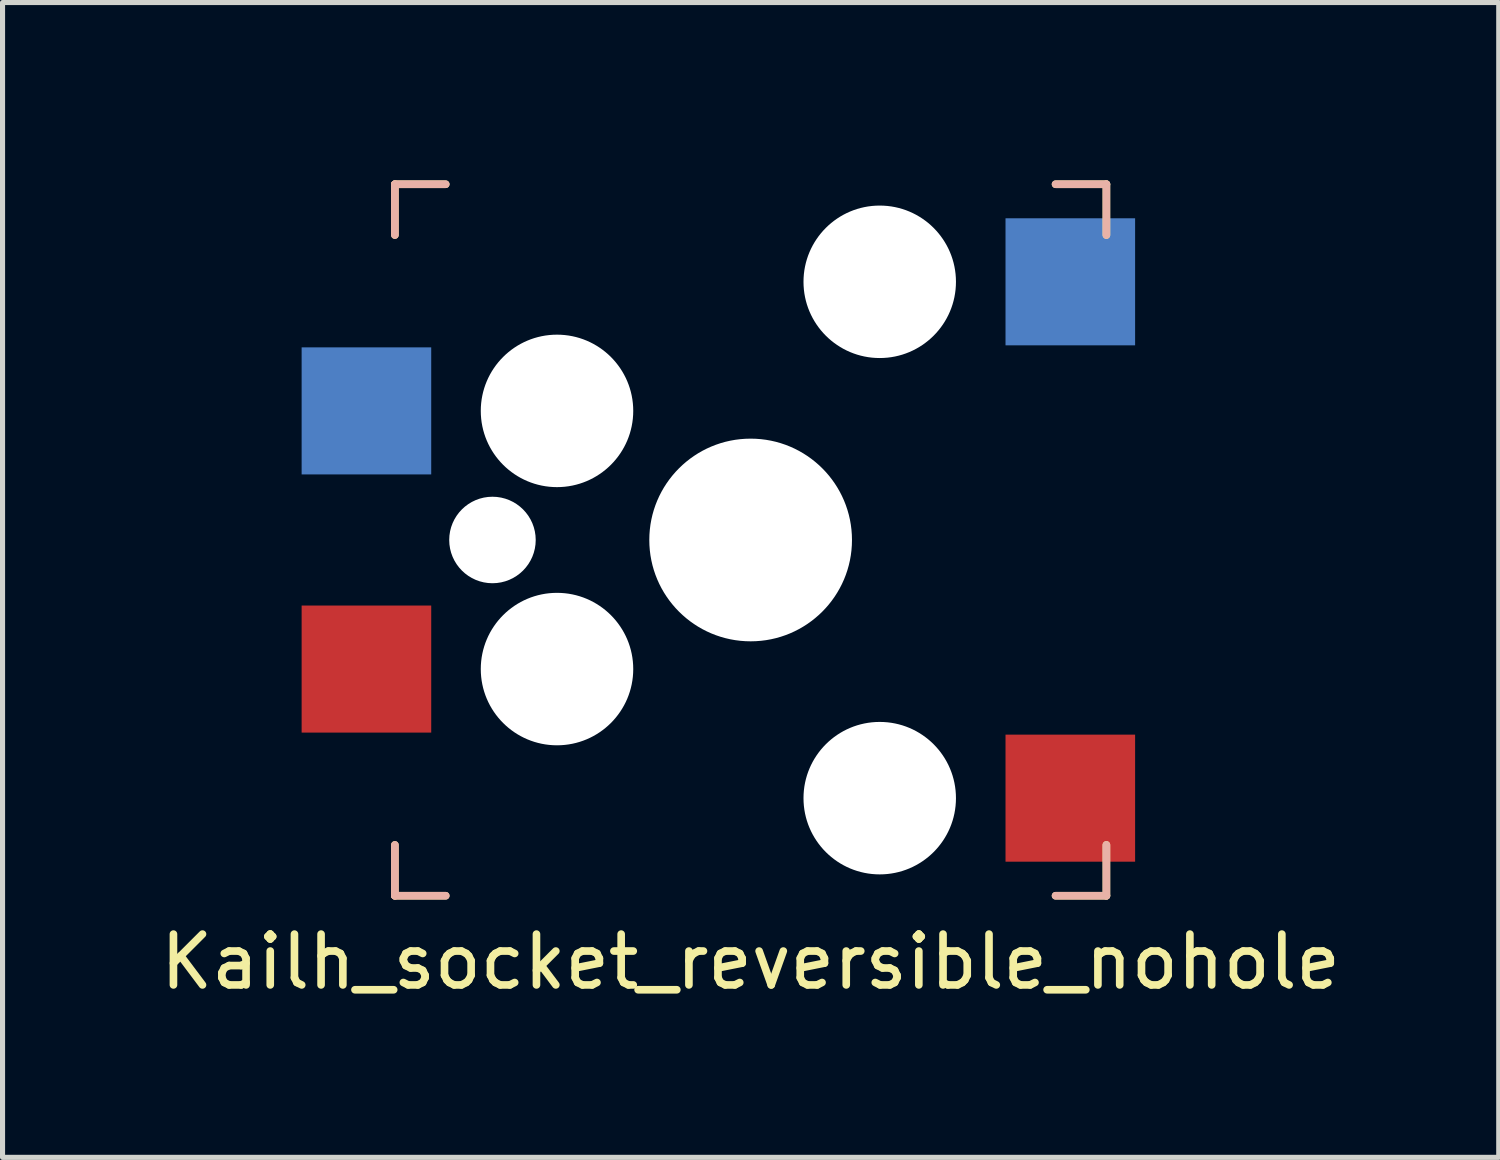
<source format=kicad_pcb>
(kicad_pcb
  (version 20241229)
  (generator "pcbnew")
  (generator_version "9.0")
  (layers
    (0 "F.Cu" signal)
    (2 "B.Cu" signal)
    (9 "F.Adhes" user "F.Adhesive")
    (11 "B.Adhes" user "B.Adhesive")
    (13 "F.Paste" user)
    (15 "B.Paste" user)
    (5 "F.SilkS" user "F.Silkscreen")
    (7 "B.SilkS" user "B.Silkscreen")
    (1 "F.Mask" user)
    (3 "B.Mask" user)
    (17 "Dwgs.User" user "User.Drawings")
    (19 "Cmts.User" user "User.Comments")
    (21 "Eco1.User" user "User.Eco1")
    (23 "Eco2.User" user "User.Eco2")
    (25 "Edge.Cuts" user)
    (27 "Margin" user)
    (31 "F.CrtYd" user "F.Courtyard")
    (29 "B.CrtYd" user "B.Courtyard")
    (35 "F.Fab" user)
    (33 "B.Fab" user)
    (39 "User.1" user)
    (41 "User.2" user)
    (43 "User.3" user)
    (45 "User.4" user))
  (footprint "Kailh_socket_reversible_nohole"
    (layer "F.Cu")
    (at 11.72 7.575)
    (property "Reference" "Kailh_socket_reversible_nohole" (at 0 8.3 0) (layer "F.SilkS") (effects (font (size 1 1) (thickness 0.15))))
    (attr through_hole)
    (fp_line (start -7 -7) (end -6 -7) (stroke (width 0.15) (type solid)) (layer "F.SilkS"))
    (fp_line (start -7 -6) (end -7 -7) (stroke (width 0.15) (type solid)) (layer "F.SilkS"))
    (fp_line (start -7 7) (end -7 6) (stroke (width 0.15) (type solid)) (layer "F.SilkS"))
    (fp_line (start -6 7) (end -7 7) (stroke (width 0.15) (type solid)) (layer "F.SilkS"))
    (fp_line (start 6 -7) (end 7 -7) (stroke (width 0.15) (type solid)) (layer "F.SilkS"))
    (fp_line (start 7 -7) (end 7 -6) (stroke (width 0.15) (type solid)) (layer "F.SilkS"))
    (fp_line (start 7 6) (end 7 7) (stroke (width 0.15) (type solid)) (layer "F.SilkS"))
    (fp_line (start 7 7) (end 6 7) (stroke (width 0.15) (type solid)) (layer "F.SilkS"))
    (fp_line (start -7 -7) (end -6 -7) (stroke (width 0.15) (type solid)) (layer "B.SilkS"))
    (fp_line (start -7 -6) (end -7 -7) (stroke (width 0.15) (type solid)) (layer "B.SilkS"))
    (fp_line (start -7 7) (end -7 6) (stroke (width 0.15) (type solid)) (layer "B.SilkS"))
    (fp_line (start -6 7) (end -7 7) (stroke (width 0.15) (type solid)) (layer "B.SilkS"))
    (fp_line (start 6 -7) (end 7 -7) (stroke (width 0.15) (type solid)) (layer "B.SilkS"))
    (fp_line (start 7 -7) (end 7 -6) (stroke (width 0.15) (type solid)) (layer "B.SilkS"))
    (fp_line (start 7 6) (end 7 7) (stroke (width 0.15) (type solid)) (layer "B.SilkS"))
    (fp_line (start 7 7) (end 6 7) (stroke (width 0.15) (type solid)) (layer "B.SilkS"))
    (fp_line (start -7.5 -7.5) (end 7.5 -7.5) (stroke (width 0.15) (type solid)) (layer "Eco2.User"))
    (fp_line (start -7.5 7.5) (end -7.5 -7.5) (stroke (width 0.15) (type solid)) (layer "Eco2.User"))
    (fp_line (start -6.9 6.9) (end -6.9 -6.9) (stroke (width 0.15) (type solid)) (layer "Eco2.User"))
    (fp_line (start -6.9 6.9) (end 6.9 6.9) (stroke (width 0.15) (type solid)) (layer "Eco2.User"))
    (fp_line (start 6.9 -6.9) (end -6.9 -6.9) (stroke (width 0.15) (type solid)) (layer "Eco2.User"))
    (fp_line (start 6.9 -6.9) (end 6.9 6.9) (stroke (width 0.15) (type solid)) (layer "Eco2.User"))
    (fp_line (start 7.5 -7.5) (end 7.5 7.5) (stroke (width 0.15) (type solid)) (layer "Eco2.User"))
    (fp_line (start 7.5 7.5) (end -7.5 7.5) (stroke (width 0.15) (type solid)) (layer "Eco2.User"))
    (pad "" np_thru_hole circle (at -5.08 0) (size 1.702 1.702) (drill 1.702) (layers "*.Cu" "*.Mask"))
    (pad "" np_thru_hole circle (at -3.81 -2.54) (size 3 3) (drill 3) (layers "*.Cu" "*.Mask"))
    (pad "" np_thru_hole circle (at -3.81 2.54) (size 3 3) (drill 3) (layers "*.Cu" "*.Mask"))
    (pad "" np_thru_hole circle (at 0 0) (size 3.988 3.988) (drill 3.988) (layers "*.Cu" "*.Mask"))
    (pad "" np_thru_hole circle (at 2.54 -5.08) (size 3 3) (drill 3) (layers "*.Cu" "*.Mask"))
    (pad "" np_thru_hole circle (at 2.54 5.08) (size 3 3) (drill 3) (layers "*.Cu" "*.Mask"))
    (pad "1" smd rect (at 6.29 -5.08) (size 2.55 2.5) (layers "B.Cu" "B.Mask" "B.Paste"))
    (pad "1" smd rect (at 6.29 5.08) (size 2.55 2.5) (layers "F.Cu" "F.Mask" "F.Paste"))
    (pad "2" smd rect (at -7.56 -2.54) (size 2.55 2.5) (layers "B.Cu" "B.Mask" "B.Paste"))
    (pad "2" smd rect (at -7.56 2.54) (size 2.55 2.5) (layers "F.Cu" "F.Mask" "F.Paste")))
  (gr_rect
    (start -3 -3)
    (end 26.44 19.723)
    (stroke (width 0.1) (type default))
    (fill no)
    (layer "Edge.Cuts")))
</source>
